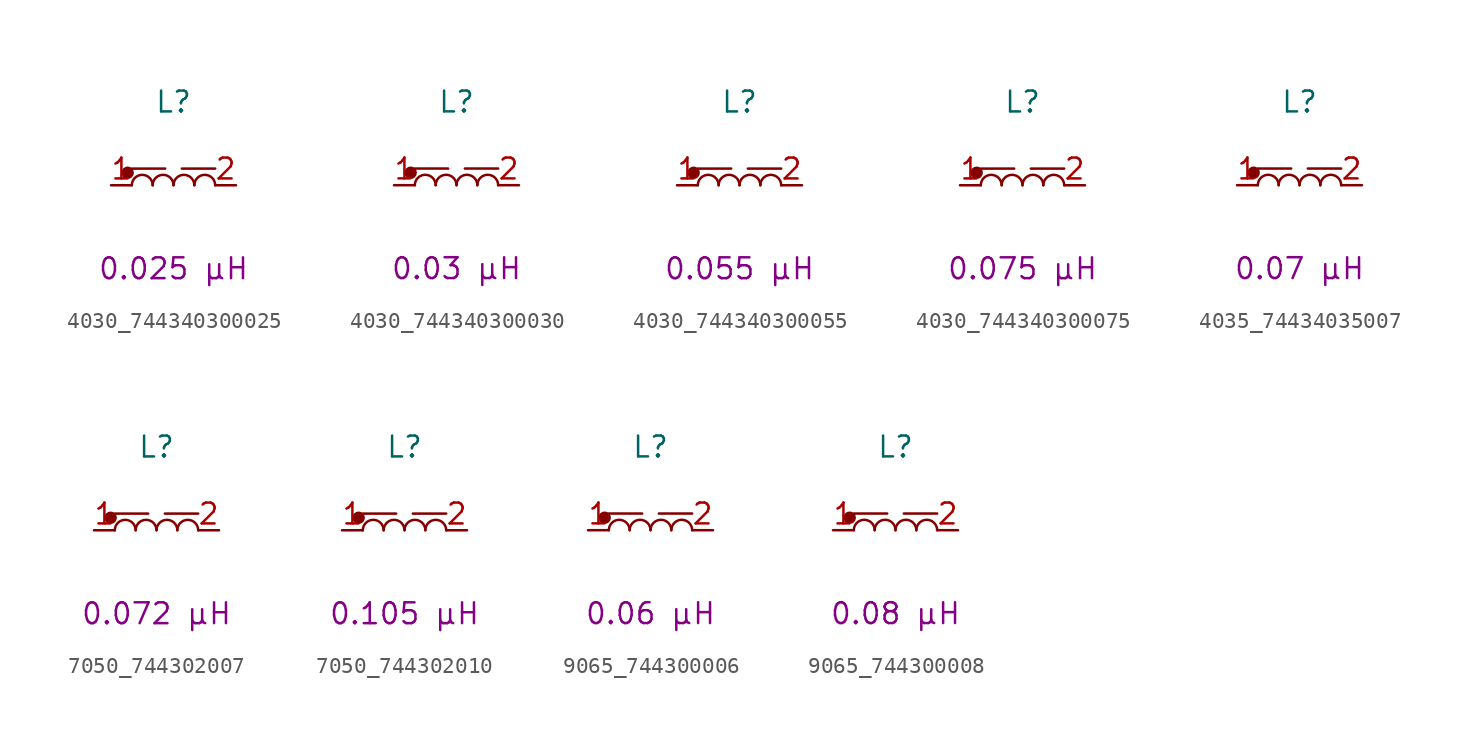
<source format=kicad_sym>
(kicad_symbol_lib
  (version 20220914)
  (generator kicad_symbol_editor)
  (symbol "4030_744340300025"
    (pin_names hide)
    (property "Reference" "L"
      (at 0 5.08 0)
      (effects (font (size 1.27 1.27))))
    (property "Critical Parameter" "0.025 µH"
      (at 0 -5.08 0)
      (effects (font (size 1.27 1.27))))
    (symbol "4030_744340300025_0_1"
      (arc (start -1.27 0) (mid -1.905 0.6323) (end -2.54 0) (stroke (width 0) (type default)) (fill (type none)))
      (arc (start 0 0) (mid -0.635 0.6323) (end -1.27 0) (stroke (width 0) (type default)) (fill (type none)))
      (polyline (pts (xy -2.54 1.016) (xy -0.508 1.016)) (stroke (width 0) (type default)) (fill (type none)))
      (arc (start 1.27 0) (mid 0.635 0.6323) (end 0 0) (stroke (width 0) (type default)) (fill (type none)))
      (arc (start 2.54 0) (mid 1.905 0.6323) (end 1.27 0) (stroke (width 0) (type default)) (fill (type none))))
    (symbol "4030_744340300025_1_1"
      (circle (center -2.794 0.762) (radius 0.0001) (stroke (width 0.381) (type default)) (fill (type none)))
      (polyline (pts (xy 2.54 1.016) (xy 0.508 1.016)) (stroke (width 0) (type default)) (fill (type none)))
      (pin passive line (at -3.81 0 0) (length 1.27) (name "1" (effects (font (size 1.27 1.27)))) (number "1" (effects (font (size 1.27 1.27)))))
      (pin passive line (at 3.81 0 180) (length 1.27) (name "2" (effects (font (size 1.27 1.27)))) (number "2" (effects (font (size 1.27 1.27)))))))
  (symbol "4030_744340300030"
    (pin_names hide)
    (property "Reference" "L"
      (at 0 5.08 0)
      (effects (font (size 1.27 1.27))))
    (property "Critical Parameter" "0.03 µH"
      (at 0 -5.08 0)
      (effects (font (size 1.27 1.27))))
    (symbol "4030_744340300030_0_1"
      (arc (start -1.27 0) (mid -1.905 0.6323) (end -2.54 0) (stroke (width 0) (type default)) (fill (type none)))
      (arc (start 0 0) (mid -0.635 0.6323) (end -1.27 0) (stroke (width 0) (type default)) (fill (type none)))
      (polyline (pts (xy -2.54 1.016) (xy -0.508 1.016)) (stroke (width 0) (type default)) (fill (type none)))
      (arc (start 1.27 0) (mid 0.635 0.6323) (end 0 0) (stroke (width 0) (type default)) (fill (type none)))
      (arc (start 2.54 0) (mid 1.905 0.6323) (end 1.27 0) (stroke (width 0) (type default)) (fill (type none))))
    (symbol "4030_744340300030_1_1"
      (circle (center -2.794 0.762) (radius 0.0001) (stroke (width 0.381) (type default)) (fill (type none)))
      (polyline (pts (xy 2.54 1.016) (xy 0.508 1.016)) (stroke (width 0) (type default)) (fill (type none)))
      (pin passive line (at -3.81 0 0) (length 1.27) (name "1" (effects (font (size 1.27 1.27)))) (number "1" (effects (font (size 1.27 1.27)))))
      (pin passive line (at 3.81 0 180) (length 1.27) (name "2" (effects (font (size 1.27 1.27)))) (number "2" (effects (font (size 1.27 1.27)))))))
  (symbol "4030_744340300055"
    (pin_names hide)
    (property "Reference" "L"
      (at 0 5.08 0)
      (effects (font (size 1.27 1.27))))
    (property "Critical Parameter" "0.055 µH"
      (at 0 -5.08 0)
      (effects (font (size 1.27 1.27))))
    (symbol "4030_744340300055_0_1"
      (arc (start -1.27 0) (mid -1.905 0.6323) (end -2.54 0) (stroke (width 0) (type default)) (fill (type none)))
      (arc (start 0 0) (mid -0.635 0.6323) (end -1.27 0) (stroke (width 0) (type default)) (fill (type none)))
      (polyline (pts (xy -2.54 1.016) (xy -0.508 1.016)) (stroke (width 0) (type default)) (fill (type none)))
      (arc (start 1.27 0) (mid 0.635 0.6323) (end 0 0) (stroke (width 0) (type default)) (fill (type none)))
      (arc (start 2.54 0) (mid 1.905 0.6323) (end 1.27 0) (stroke (width 0) (type default)) (fill (type none))))
    (symbol "4030_744340300055_1_1"
      (circle (center -2.794 0.762) (radius 0.0001) (stroke (width 0.381) (type default)) (fill (type none)))
      (polyline (pts (xy 2.54 1.016) (xy 0.508 1.016)) (stroke (width 0) (type default)) (fill (type none)))
      (pin passive line (at -3.81 0 0) (length 1.27) (name "1" (effects (font (size 1.27 1.27)))) (number "1" (effects (font (size 1.27 1.27)))))
      (pin passive line (at 3.81 0 180) (length 1.27) (name "2" (effects (font (size 1.27 1.27)))) (number "2" (effects (font (size 1.27 1.27)))))))
  (symbol "4030_744340300075"
    (pin_names hide)
    (property "Reference" "L"
      (at 0 5.08 0)
      (effects (font (size 1.27 1.27))))
    (property "Critical Parameter" "0.075 µH"
      (at 0 -5.08 0)
      (effects (font (size 1.27 1.27))))
    (symbol "4030_744340300075_0_1"
      (arc (start -1.27 0) (mid -1.905 0.6323) (end -2.54 0) (stroke (width 0) (type default)) (fill (type none)))
      (arc (start 0 0) (mid -0.635 0.6323) (end -1.27 0) (stroke (width 0) (type default)) (fill (type none)))
      (polyline (pts (xy -2.54 1.016) (xy -0.508 1.016)) (stroke (width 0) (type default)) (fill (type none)))
      (arc (start 1.27 0) (mid 0.635 0.6323) (end 0 0) (stroke (width 0) (type default)) (fill (type none)))
      (arc (start 2.54 0) (mid 1.905 0.6323) (end 1.27 0) (stroke (width 0) (type default)) (fill (type none))))
    (symbol "4030_744340300075_1_1"
      (circle (center -2.794 0.762) (radius 0.0001) (stroke (width 0.381) (type default)) (fill (type none)))
      (polyline (pts (xy 2.54 1.016) (xy 0.508 1.016)) (stroke (width 0) (type default)) (fill (type none)))
      (pin passive line (at -3.81 0 0) (length 1.27) (name "1" (effects (font (size 1.27 1.27)))) (number "1" (effects (font (size 1.27 1.27)))))
      (pin passive line (at 3.81 0 180) (length 1.27) (name "2" (effects (font (size 1.27 1.27)))) (number "2" (effects (font (size 1.27 1.27)))))))
  (symbol "4035_74434035007"
    (pin_names hide)
    (property "Reference" "L"
      (at 0 5.08 0)
      (effects (font (size 1.27 1.27))))
    (property "Critical Parameter" "0.07 µH"
      (at 0 -5.08 0)
      (effects (font (size 1.27 1.27))))
    (symbol "4035_74434035007_0_1"
      (arc (start -1.27 0) (mid -1.905 0.6323) (end -2.54 0) (stroke (width 0) (type default)) (fill (type none)))
      (arc (start 0 0) (mid -0.635 0.6323) (end -1.27 0) (stroke (width 0) (type default)) (fill (type none)))
      (polyline (pts (xy -2.54 1.016) (xy -0.508 1.016)) (stroke (width 0) (type default)) (fill (type none)))
      (arc (start 1.27 0) (mid 0.635 0.6323) (end 0 0) (stroke (width 0) (type default)) (fill (type none)))
      (arc (start 2.54 0) (mid 1.905 0.6323) (end 1.27 0) (stroke (width 0) (type default)) (fill (type none))))
    (symbol "4035_74434035007_1_1"
      (circle (center -2.794 0.762) (radius 0.0001) (stroke (width 0.381) (type default)) (fill (type none)))
      (polyline (pts (xy 2.54 1.016) (xy 0.508 1.016)) (stroke (width 0) (type default)) (fill (type none)))
      (pin passive line (at -3.81 0 0) (length 1.27) (name "1" (effects (font (size 1.27 1.27)))) (number "1" (effects (font (size 1.27 1.27)))))
      (pin passive line (at 3.81 0 180) (length 1.27) (name "2" (effects (font (size 1.27 1.27)))) (number "2" (effects (font (size 1.27 1.27)))))))
  (symbol "7050_744302007"
    (pin_names hide)
    (property "Reference" "L"
      (at 0 5.08 0)
      (effects (font (size 1.27 1.27))))
    (property "Critical Parameter" "0.072 µH"
      (at 0 -5.08 0)
      (effects (font (size 1.27 1.27))))
    (symbol "7050_744302007_0_1"
      (arc (start -1.27 0) (mid -1.905 0.6323) (end -2.54 0) (stroke (width 0) (type default)) (fill (type none)))
      (arc (start 0 0) (mid -0.635 0.6323) (end -1.27 0) (stroke (width 0) (type default)) (fill (type none)))
      (polyline (pts (xy -2.54 1.016) (xy -0.508 1.016)) (stroke (width 0) (type default)) (fill (type none)))
      (arc (start 1.27 0) (mid 0.635 0.6323) (end 0 0) (stroke (width 0) (type default)) (fill (type none)))
      (arc (start 2.54 0) (mid 1.905 0.6323) (end 1.27 0) (stroke (width 0) (type default)) (fill (type none))))
    (symbol "7050_744302007_1_1"
      (circle (center -2.794 0.762) (radius 0.0001) (stroke (width 0.381) (type default)) (fill (type none)))
      (polyline (pts (xy 2.54 1.016) (xy 0.508 1.016)) (stroke (width 0) (type default)) (fill (type none)))
      (pin passive line (at -3.81 0 0) (length 1.27) (name "1" (effects (font (size 1.27 1.27)))) (number "1" (effects (font (size 1.27 1.27)))))
      (pin passive line (at 3.81 0 180) (length 1.27) (name "2" (effects (font (size 1.27 1.27)))) (number "2" (effects (font (size 1.27 1.27)))))))
  (symbol "7050_744302010"
    (pin_names hide)
    (property "Reference" "L"
      (at 0 5.08 0)
      (effects (font (size 1.27 1.27))))
    (property "Critical Parameter" "0.105 µH"
      (at 0 -5.08 0)
      (effects (font (size 1.27 1.27))))
    (symbol "7050_744302010_0_1"
      (arc (start -1.27 0) (mid -1.905 0.6323) (end -2.54 0) (stroke (width 0) (type default)) (fill (type none)))
      (arc (start 0 0) (mid -0.635 0.6323) (end -1.27 0) (stroke (width 0) (type default)) (fill (type none)))
      (polyline (pts (xy -2.54 1.016) (xy -0.508 1.016)) (stroke (width 0) (type default)) (fill (type none)))
      (arc (start 1.27 0) (mid 0.635 0.6323) (end 0 0) (stroke (width 0) (type default)) (fill (type none)))
      (arc (start 2.54 0) (mid 1.905 0.6323) (end 1.27 0) (stroke (width 0) (type default)) (fill (type none))))
    (symbol "7050_744302010_1_1"
      (circle (center -2.794 0.762) (radius 0.0001) (stroke (width 0.381) (type default)) (fill (type none)))
      (polyline (pts (xy 2.54 1.016) (xy 0.508 1.016)) (stroke (width 0) (type default)) (fill (type none)))
      (pin passive line (at -3.81 0 0) (length 1.27) (name "1" (effects (font (size 1.27 1.27)))) (number "1" (effects (font (size 1.27 1.27)))))
      (pin passive line (at 3.81 0 180) (length 1.27) (name "2" (effects (font (size 1.27 1.27)))) (number "2" (effects (font (size 1.27 1.27)))))))
  (symbol "9065_744300006"
    (pin_names hide)
    (property "Reference" "L"
      (at 0 5.08 0)
      (effects (font (size 1.27 1.27))))
    (property "Critical Parameter" "0.06 µH"
      (at 0 -5.08 0)
      (effects (font (size 1.27 1.27))))
    (symbol "9065_744300006_0_1"
      (arc (start -1.27 0) (mid -1.905 0.6323) (end -2.54 0) (stroke (width 0) (type default)) (fill (type none)))
      (arc (start 0 0) (mid -0.635 0.6323) (end -1.27 0) (stroke (width 0) (type default)) (fill (type none)))
      (polyline (pts (xy -2.54 1.016) (xy -0.508 1.016)) (stroke (width 0) (type default)) (fill (type none)))
      (arc (start 1.27 0) (mid 0.635 0.6323) (end 0 0) (stroke (width 0) (type default)) (fill (type none)))
      (arc (start 2.54 0) (mid 1.905 0.6323) (end 1.27 0) (stroke (width 0) (type default)) (fill (type none))))
    (symbol "9065_744300006_1_1"
      (circle (center -2.794 0.762) (radius 0.0001) (stroke (width 0.381) (type default)) (fill (type none)))
      (polyline (pts (xy 2.54 1.016) (xy 0.508 1.016)) (stroke (width 0) (type default)) (fill (type none)))
      (pin passive line (at -3.81 0 0) (length 1.27) (name "1" (effects (font (size 1.27 1.27)))) (number "1" (effects (font (size 1.27 1.27)))))
      (pin passive line (at 3.81 0 180) (length 1.27) (name "2" (effects (font (size 1.27 1.27)))) (number "2" (effects (font (size 1.27 1.27)))))))
  (symbol "9065_744300008"
    (pin_names hide)
    (property "Reference" "L"
      (at 0 5.08 0)
      (effects (font (size 1.27 1.27))))
    (property "Critical Parameter" "0.08 µH"
      (at 0 -5.08 0)
      (effects (font (size 1.27 1.27))))
    (symbol "9065_744300008_0_1"
      (arc (start -1.27 0) (mid -1.905 0.6323) (end -2.54 0) (stroke (width 0) (type default)) (fill (type none)))
      (arc (start 0 0) (mid -0.635 0.6323) (end -1.27 0) (stroke (width 0) (type default)) (fill (type none)))
      (polyline (pts (xy -2.54 1.016) (xy -0.508 1.016)) (stroke (width 0) (type default)) (fill (type none)))
      (arc (start 1.27 0) (mid 0.635 0.6323) (end 0 0) (stroke (width 0) (type default)) (fill (type none)))
      (arc (start 2.54 0) (mid 1.905 0.6323) (end 1.27 0) (stroke (width 0) (type default)) (fill (type none))))
    (symbol "9065_744300008_1_1"
      (circle (center -2.794 0.762) (radius 0.0001) (stroke (width 0.381) (type default)) (fill (type none)))
      (polyline (pts (xy 2.54 1.016) (xy 0.508 1.016)) (stroke (width 0) (type default)) (fill (type none)))
      (pin passive line (at -3.81 0 0) (length 1.27) (name "1" (effects (font (size 1.27 1.27)))) (number "1" (effects (font (size 1.27 1.27)))))
      (pin passive line (at 3.81 0 180) (length 1.27) (name "2" (effects (font (size 1.27 1.27)))) (number "2" (effects (font (size 1.27 1.27))))))))
</source>
